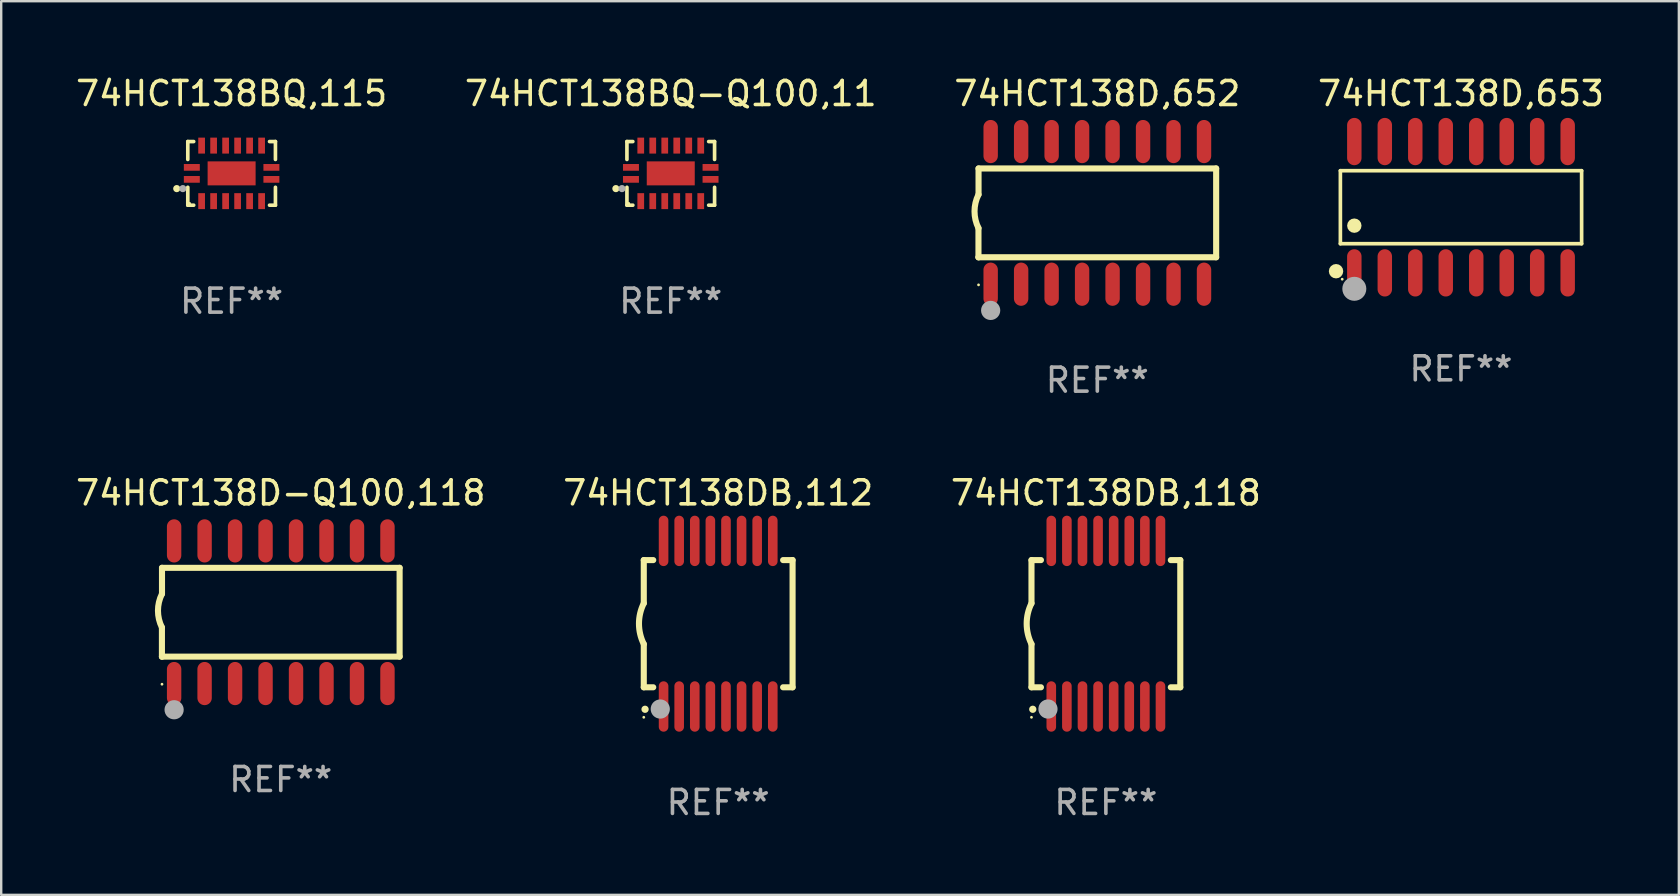
<source format=kicad_pcb>
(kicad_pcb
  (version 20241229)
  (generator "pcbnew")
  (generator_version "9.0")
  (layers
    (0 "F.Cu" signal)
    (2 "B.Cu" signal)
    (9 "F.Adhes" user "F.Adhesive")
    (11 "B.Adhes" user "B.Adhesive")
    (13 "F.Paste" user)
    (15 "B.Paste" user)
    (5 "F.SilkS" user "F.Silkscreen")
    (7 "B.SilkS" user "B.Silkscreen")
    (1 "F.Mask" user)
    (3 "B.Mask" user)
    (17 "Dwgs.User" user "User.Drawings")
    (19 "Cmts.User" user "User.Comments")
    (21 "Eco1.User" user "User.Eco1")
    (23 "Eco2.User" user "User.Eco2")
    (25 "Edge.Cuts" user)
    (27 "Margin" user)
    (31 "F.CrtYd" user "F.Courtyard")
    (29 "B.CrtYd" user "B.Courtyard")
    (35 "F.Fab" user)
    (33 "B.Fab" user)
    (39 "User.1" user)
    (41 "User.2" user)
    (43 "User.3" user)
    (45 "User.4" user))
  (footprint "74HCT138D-Q100,118"
    (layer "F.Cu")
    (at 8.649 22.46)
    (property "Reference" "74HCT138D-Q100,118" (at 0 -4.972 0) (layer "F.SilkS") (effects (font (size 1 1) (thickness 0.15))))
    (attr through_hole)
    (fp_line (start -4.952 0.635) (end -4.952 1.85) (stroke (width 0.254) (type solid)) (layer "F.SilkS"))
    (fp_line (start -4.952 1.85) (end -4.949 1.85) (stroke (width 0.254) (type solid)) (layer "F.SilkS"))
    (fp_line (start -4.949 -1.85) (end -4.949 -0.762) (stroke (width 0.254) (type solid)) (layer "F.SilkS"))
    (fp_line (start -4.949 1.85) (end 4.952 1.85) (stroke (width 0.254) (type solid)) (layer "F.SilkS"))
    (fp_line (start 4.952 -1.85) (end -4.949 -1.85) (stroke (width 0.254) (type solid)) (layer "F.SilkS"))
    (fp_line (start 4.952 1.85) (end 4.952 -1.85) (stroke (width 0.254) (type solid)) (layer "F.SilkS"))
    (fp_arc (start -4.951524 0.635001) (mid -5.116418 -0.0635) (end -4.951524 -0.762002) (stroke (width 0.254001) (type solid)) (layer "F.SilkS"))
    (fp_circle (center -4.949 3) (end -4.919 3) (stroke (width 0.06) (type solid)) (fill no) (layer "F.SilkS"))
    (fp_circle (center -4.444 4.064) (end -4.244 4.064) (stroke (width 0.4) (type solid)) (fill no) (layer "F.Fab"))
    (fp_text user "REF**" (at 0 6.972 0) (layer "F.Fab") (effects (font (size 1 1) (thickness 0.15))))
    (pad "1" smd oval (at -4.444 2.972 180) (size 0.6 1.8) (layers "F.Cu" "F.Mask" "F.Paste"))
    (pad "2" smd oval (at -3.174 2.972 180) (size 0.6 1.8) (layers "F.Cu" "F.Mask" "F.Paste"))
    (pad "3" smd oval (at -1.904 2.972 180) (size 0.6 1.8) (layers "F.Cu" "F.Mask" "F.Paste"))
    (pad "4" smd oval (at -0.634 2.972 180) (size 0.6 1.8) (layers "F.Cu" "F.Mask" "F.Paste"))
    (pad "5" smd oval (at 0.636 2.972 180) (size 0.6 1.8) (layers "F.Cu" "F.Mask" "F.Paste"))
    (pad "6" smd oval (at 1.906 2.972 180) (size 0.6 1.8) (layers "F.Cu" "F.Mask" "F.Paste"))
    (pad "7" smd oval (at 3.176 2.972 180) (size 0.6 1.8) (layers "F.Cu" "F.Mask" "F.Paste"))
    (pad "8" smd oval (at 4.446 2.972 180) (size 0.6 1.8) (layers "F.Cu" "F.Mask" "F.Paste"))
    (pad "9" smd oval (at 4.446 -2.972 180) (size 0.6 1.8) (layers "F.Cu" "F.Mask" "F.Paste"))
    (pad "10" smd oval (at 3.176 -2.972 180) (size 0.6 1.8) (layers "F.Cu" "F.Mask" "F.Paste"))
    (pad "11" smd oval (at 1.906 -2.972 180) (size 0.6 1.8) (layers "F.Cu" "F.Mask" "F.Paste"))
    (pad "12" smd oval (at 0.636 -2.972 180) (size 0.6 1.8) (layers "F.Cu" "F.Mask" "F.Paste"))
    (pad "13" smd oval (at -0.634 -2.972 180) (size 0.6 1.8) (layers "F.Cu" "F.Mask" "F.Paste"))
    (pad "14" smd oval (at -1.904 -2.972 180) (size 0.6 1.8) (layers "F.Cu" "F.Mask" "F.Paste"))
    (pad "15" smd oval (at -3.174 -2.972 180) (size 0.6 1.8) (layers "F.Cu" "F.Mask" "F.Paste"))
    (pad "16" smd oval (at -4.444 -2.972 180) (size 0.6 1.8) (layers "F.Cu" "F.Mask" "F.Paste")))
  (footprint "74HCT138DB,112"
    (layer "F.Cu")
    (at 26.875 22.938)
    (property "Reference" "74HCT138DB,112" (at 0 -5.45 0) (layer "F.SilkS") (effects (font (size 1 1) (thickness 0.15))))
    (attr through_hole)
    (fp_line (start -3.1 -2.65) (end -3.1 -0.85) (stroke (width 0.254) (type solid)) (layer "F.SilkS"))
    (fp_line (start -3.1 -2.65) (end -2.706 -2.65) (stroke (width 0.254) (type solid)) (layer "F.SilkS"))
    (fp_line (start -3.1 2.65) (end -3.1 0.85) (stroke (width 0.254) (type solid)) (layer "F.SilkS"))
    (fp_line (start -3.1 2.65) (end -2.706 2.65) (stroke (width 0.254) (type solid)) (layer "F.SilkS"))
    (fp_line (start 2.706 -2.65) (end 3.1 -2.65) (stroke (width 0.254) (type solid)) (layer "F.SilkS"))
    (fp_line (start 2.706 2.65) (end 3.1 2.65) (stroke (width 0.254) (type solid)) (layer "F.SilkS"))
    (fp_line (start 3.1 -2.65) (end 3.1 2.65) (stroke (width 0.254) (type solid)) (layer "F.SilkS"))
    (fp_arc (start -3.098907 0.850902) (mid -3.300057 0.000523) (end -3.1 -0.850114) (stroke (width 0.254001) (type solid)) (layer "F.SilkS"))
    (fp_arc (start -3.048006 3.566066) (mid -3.046736 3.566061) (end -3.045466 3.566066) (stroke (width 0.3) (type solid)) (layer "F.SilkS"))
    (fp_circle (center -3.1 3.9) (end -3.07 3.9) (stroke (width 0.06) (type solid)) (fill no) (layer "F.SilkS"))
    (fp_circle (center -2.413 3.556) (end -2.213 3.556) (stroke (width 0.4) (type solid)) (fill no) (layer "F.Fab"))
    (fp_text user "REF**" (at 0 7.45 0) (layer "F.Fab") (effects (font (size 1 1) (thickness 0.15))))
    (pad "1" smd oval (at -2.275 3.45 180) (size 0.4 2.1) (layers "F.Cu" "F.Mask" "F.Paste"))
    (pad "2" smd oval (at -1.625 3.45 180) (size 0.4 2.1) (layers "F.Cu" "F.Mask" "F.Paste"))
    (pad "3" smd oval (at -0.975 3.45 180) (size 0.4 2.1) (layers "F.Cu" "F.Mask" "F.Paste"))
    (pad "4" smd oval (at -0.325 3.45 180) (size 0.4 2.1) (layers "F.Cu" "F.Mask" "F.Paste"))
    (pad "5" smd oval (at 0.325 3.45 180) (size 0.4 2.1) (layers "F.Cu" "F.Mask" "F.Paste"))
    (pad "6" smd oval (at 0.975 3.45 180) (size 0.4 2.1) (layers "F.Cu" "F.Mask" "F.Paste"))
    (pad "7" smd oval (at 1.625 3.45 180) (size 0.4 2.1) (layers "F.Cu" "F.Mask" "F.Paste"))
    (pad "8" smd oval (at 2.275 3.45 180) (size 0.4 2.1) (layers "F.Cu" "F.Mask" "F.Paste"))
    (pad "9" smd oval (at 2.275 -3.45 180) (size 0.4 2.1) (layers "F.Cu" "F.Mask" "F.Paste"))
    (pad "10" smd oval (at 1.625 -3.45 180) (size 0.4 2.1) (layers "F.Cu" "F.Mask" "F.Paste"))
    (pad "11" smd oval (at 0.975 -3.45 180) (size 0.4 2.1) (layers "F.Cu" "F.Mask" "F.Paste"))
    (pad "12" smd oval (at 0.325 -3.45 180) (size 0.4 2.1) (layers "F.Cu" "F.Mask" "F.Paste"))
    (pad "13" smd oval (at -0.325 -3.45 180) (size 0.4 2.1) (layers "F.Cu" "F.Mask" "F.Paste"))
    (pad "14" smd oval (at -0.975 -3.45 180) (size 0.4 2.1) (layers "F.Cu" "F.Mask" "F.Paste"))
    (pad "15" smd oval (at -1.625 -3.45 180) (size 0.4 2.1) (layers "F.Cu" "F.Mask" "F.Paste"))
    (pad "16" smd oval (at -2.275 -3.45 180) (size 0.4 2.1) (layers "F.Cu" "F.Mask" "F.Paste")))
  (footprint "74HCT138D,653"
    (layer "F.Cu")
    (at 57.827 5.584)
    (property "Reference" "74HCT138D,653" (at 0 -4.736 0) (layer "F.SilkS") (effects (font (size 1 1) (thickness 0.15))))
    (attr through_hole)
    (fp_line (start -5.026 -1.521) (end 5.026 -1.521) (stroke (width 0.152) (type solid)) (layer "F.SilkS"))
    (fp_line (start -5.026 1.521) (end -5.026 -1.521) (stroke (width 0.152) (type solid)) (layer "F.SilkS"))
    (fp_line (start 5.026 -1.521) (end 5.026 1.521) (stroke (width 0.152) (type solid)) (layer "F.SilkS"))
    (fp_line (start 5.026 1.521) (end -5.026 1.521) (stroke (width 0.152) (type solid)) (layer "F.SilkS"))
    (fp_circle (center -5.207 2.667) (end -5.057 2.667) (stroke (width 0.3) (type solid)) (fill no) (layer "F.SilkS"))
    (fp_circle (center -4.95 3) (end -4.92 3) (stroke (width 0.06) (type solid)) (fill no) (layer "F.SilkS"))
    (fp_circle (center -4.445 0.769) (end -4.295 0.769) (stroke (width 0.3) (type solid)) (fill no) (layer "F.SilkS"))
    (fp_circle (center -4.445 3.4) (end -4.195 3.4) (stroke (width 0.5) (type solid)) (fill no) (layer "F.Fab"))
    (fp_text user "REF**" (at 0 6.736 0) (layer "F.Fab") (effects (font (size 1 1) (thickness 0.15))))
    (pad "1" smd oval (at -4.445 2.736) (size 0.602 1.971) (layers "F.Cu" "F.Mask" "F.Paste"))
    (pad "2" smd oval (at -3.175 2.736) (size 0.602 1.971) (layers "F.Cu" "F.Mask" "F.Paste"))
    (pad "3" smd oval (at -1.905 2.736) (size 0.602 1.971) (layers "F.Cu" "F.Mask" "F.Paste"))
    (pad "4" smd oval (at -0.635 2.736) (size 0.602 1.971) (layers "F.Cu" "F.Mask" "F.Paste"))
    (pad "5" smd oval (at 0.635 2.736) (size 0.602 1.971) (layers "F.Cu" "F.Mask" "F.Paste"))
    (pad "6" smd oval (at 1.905 2.736) (size 0.602 1.971) (layers "F.Cu" "F.Mask" "F.Paste"))
    (pad "7" smd oval (at 3.175 2.736) (size 0.602 1.971) (layers "F.Cu" "F.Mask" "F.Paste"))
    (pad "8" smd oval (at 4.445 2.736) (size 0.602 1.971) (layers "F.Cu" "F.Mask" "F.Paste"))
    (pad "9" smd oval (at 4.445 -2.736) (size 0.602 1.971) (layers "F.Cu" "F.Mask" "F.Paste"))
    (pad "10" smd oval (at 3.175 -2.736) (size 0.602 1.971) (layers "F.Cu" "F.Mask" "F.Paste"))
    (pad "11" smd oval (at 1.905 -2.736) (size 0.602 1.971) (layers "F.Cu" "F.Mask" "F.Paste"))
    (pad "12" smd oval (at 0.635 -2.736) (size 0.602 1.971) (layers "F.Cu" "F.Mask" "F.Paste"))
    (pad "13" smd oval (at -0.635 -2.736) (size 0.602 1.971) (layers "F.Cu" "F.Mask" "F.Paste"))
    (pad "14" smd oval (at -1.905 -2.736) (size 0.602 1.971) (layers "F.Cu" "F.Mask" "F.Paste"))
    (pad "15" smd oval (at -3.175 -2.736) (size 0.602 1.971) (layers "F.Cu" "F.Mask" "F.Paste"))
    (pad "16" smd oval (at -4.445 -2.736) (size 0.602 1.971) (layers "F.Cu" "F.Mask" "F.Paste")))
  (footprint "74HCT138DB,118"
    (layer "F.Cu")
    (at 43.03 22.938)
    (property "Reference" "74HCT138DB,118" (at 0 -5.45 0) (layer "F.SilkS") (effects (font (size 1 1) (thickness 0.15))))
    (attr through_hole)
    (fp_line (start -3.1 -2.65) (end -3.1 -0.85) (stroke (width 0.254) (type solid)) (layer "F.SilkS"))
    (fp_line (start -3.1 -2.65) (end -2.706 -2.65) (stroke (width 0.254) (type solid)) (layer "F.SilkS"))
    (fp_line (start -3.1 2.65) (end -3.1 0.85) (stroke (width 0.254) (type solid)) (layer "F.SilkS"))
    (fp_line (start -3.1 2.65) (end -2.706 2.65) (stroke (width 0.254) (type solid)) (layer "F.SilkS"))
    (fp_line (start 2.706 -2.65) (end 3.1 -2.65) (stroke (width 0.254) (type solid)) (layer "F.SilkS"))
    (fp_line (start 2.706 2.65) (end 3.1 2.65) (stroke (width 0.254) (type solid)) (layer "F.SilkS"))
    (fp_line (start 3.1 -2.65) (end 3.1 2.65) (stroke (width 0.254) (type solid)) (layer "F.SilkS"))
    (fp_arc (start -3.098907 0.850902) (mid -3.300057 0.000523) (end -3.1 -0.850114) (stroke (width 0.254001) (type solid)) (layer "F.SilkS"))
    (fp_arc (start -3.048006 3.566066) (mid -3.046736 3.566061) (end -3.045466 3.566066) (stroke (width 0.3) (type solid)) (layer "F.SilkS"))
    (fp_circle (center -3.1 3.9) (end -3.07 3.9) (stroke (width 0.06) (type solid)) (fill no) (layer "F.SilkS"))
    (fp_circle (center -2.413 3.556) (end -2.213 3.556) (stroke (width 0.4) (type solid)) (fill no) (layer "F.Fab"))
    (fp_text user "REF**" (at 0 7.45 0) (layer "F.Fab") (effects (font (size 1 1) (thickness 0.15))))
    (pad "1" smd oval (at -2.275 3.45 180) (size 0.4 2.1) (layers "F.Cu" "F.Mask" "F.Paste"))
    (pad "2" smd oval (at -1.625 3.45 180) (size 0.4 2.1) (layers "F.Cu" "F.Mask" "F.Paste"))
    (pad "3" smd oval (at -0.975 3.45 180) (size 0.4 2.1) (layers "F.Cu" "F.Mask" "F.Paste"))
    (pad "4" smd oval (at -0.325 3.45 180) (size 0.4 2.1) (layers "F.Cu" "F.Mask" "F.Paste"))
    (pad "5" smd oval (at 0.325 3.45 180) (size 0.4 2.1) (layers "F.Cu" "F.Mask" "F.Paste"))
    (pad "6" smd oval (at 0.975 3.45 180) (size 0.4 2.1) (layers "F.Cu" "F.Mask" "F.Paste"))
    (pad "7" smd oval (at 1.625 3.45 180) (size 0.4 2.1) (layers "F.Cu" "F.Mask" "F.Paste"))
    (pad "8" smd oval (at 2.275 3.45 180) (size 0.4 2.1) (layers "F.Cu" "F.Mask" "F.Paste"))
    (pad "9" smd oval (at 2.275 -3.45 180) (size 0.4 2.1) (layers "F.Cu" "F.Mask" "F.Paste"))
    (pad "10" smd oval (at 1.625 -3.45 180) (size 0.4 2.1) (layers "F.Cu" "F.Mask" "F.Paste"))
    (pad "11" smd oval (at 0.975 -3.45 180) (size 0.4 2.1) (layers "F.Cu" "F.Mask" "F.Paste"))
    (pad "12" smd oval (at 0.325 -3.45 180) (size 0.4 2.1) (layers "F.Cu" "F.Mask" "F.Paste"))
    (pad "13" smd oval (at -0.325 -3.45 180) (size 0.4 2.1) (layers "F.Cu" "F.Mask" "F.Paste"))
    (pad "14" smd oval (at -0.975 -3.45 180) (size 0.4 2.1) (layers "F.Cu" "F.Mask" "F.Paste"))
    (pad "15" smd oval (at -1.625 -3.45 180) (size 0.4 2.1) (layers "F.Cu" "F.Mask" "F.Paste"))
    (pad "16" smd oval (at -2.275 -3.45 180) (size 0.4 2.1) (layers "F.Cu" "F.Mask" "F.Paste")))
  (footprint "74HCT138BQ-Q100,11"
    (layer "F.Cu")
    (at 24.899 4.174)
    (property "Reference" "74HCT138BQ-Q100,11" (at 0 -3.326 0) (layer "F.SilkS") (effects (font (size 1 1) (thickness 0.15))))
    (attr through_hole)
    (fp_line (start -1.826 -1.326) (end -1.58 -1.326) (stroke (width 0.152) (type solid)) (layer "F.SilkS"))
    (fp_line (start -1.826 -0.58) (end -1.826 -1.326) (stroke (width 0.152) (type solid)) (layer "F.SilkS"))
    (fp_line (start -1.826 0.58) (end -1.826 1.326) (stroke (width 0.152) (type solid)) (layer "F.SilkS"))
    (fp_line (start -1.826 1.326) (end -1.58 1.326) (stroke (width 0.152) (type solid)) (layer "F.SilkS"))
    (fp_line (start 1.826 -1.326) (end 1.58 -1.326) (stroke (width 0.152) (type solid)) (layer "F.SilkS"))
    (fp_line (start 1.826 -0.58) (end 1.826 -1.326) (stroke (width 0.152) (type solid)) (layer "F.SilkS"))
    (fp_line (start 1.826 0.58) (end 1.826 1.326) (stroke (width 0.152) (type solid)) (layer "F.SilkS"))
    (fp_line (start 1.826 1.326) (end 1.58 1.326) (stroke (width 0.152) (type solid)) (layer "F.SilkS"))
    (fp_circle (center -2.286 0.635) (end -2.211 0.635) (stroke (width 0.15) (type solid)) (fill no) (layer "F.SilkS"))
    (fp_circle (center -1.75 1.25) (end -1.72 1.25) (stroke (width 0.06) (type solid)) (fill no) (layer "F.SilkS"))
    (fp_circle (center -2.032 0.635) (end -1.957 0.635) (stroke (width 0.15) (type solid)) (fill no) (layer "F.Fab"))
    (fp_text user "REF**" (at 0 5.326 0) (layer "F.Fab") (effects (font (size 1 1) (thickness 0.15))))
    (pad "1" smd rect (at -1.658 0.25) (size 0.665 0.28) (layers "F.Cu" "F.Mask" "F.Paste"))
    (pad "2" smd rect (at -1.25 1.157) (size 0.28 0.665) (layers "F.Cu" "F.Mask" "F.Paste"))
    (pad "3" smd rect (at -0.75 1.157) (size 0.28 0.665) (layers "F.Cu" "F.Mask" "F.Paste"))
    (pad "4" smd rect (at -0.25 1.157) (size 0.28 0.665) (layers "F.Cu" "F.Mask" "F.Paste"))
    (pad "5" smd rect (at 0.25 1.157) (size 0.28 0.665) (layers "F.Cu" "F.Mask" "F.Paste"))
    (pad "6" smd rect (at 0.75 1.157) (size 0.28 0.665) (layers "F.Cu" "F.Mask" "F.Paste"))
    (pad "7" smd rect (at 1.25 1.157) (size 0.28 0.665) (layers "F.Cu" "F.Mask" "F.Paste"))
    (pad "8" smd rect (at 1.658 0.25) (size 0.665 0.28) (layers "F.Cu" "F.Mask" "F.Paste"))
    (pad "9" smd rect (at 1.658 -0.25) (size 0.665 0.28) (layers "F.Cu" "F.Mask" "F.Paste"))
    (pad "10" smd rect (at 1.25 -1.157) (size 0.28 0.665) (layers "F.Cu" "F.Mask" "F.Paste"))
    (pad "11" smd rect (at 0.75 -1.157) (size 0.28 0.665) (layers "F.Cu" "F.Mask" "F.Paste"))
    (pad "12" smd rect (at 0.25 -1.157) (size 0.28 0.665) (layers "F.Cu" "F.Mask" "F.Paste"))
    (pad "13" smd rect (at -0.25 -1.157) (size 0.28 0.665) (layers "F.Cu" "F.Mask" "F.Paste"))
    (pad "14" smd rect (at -0.75 -1.157) (size 0.28 0.665) (layers "F.Cu" "F.Mask" "F.Paste"))
    (pad "15" smd rect (at -1.25 -1.157) (size 0.28 0.665) (layers "F.Cu" "F.Mask" "F.Paste"))
    (pad "16" smd rect (at -1.658 -0.25) (size 0.665 0.28) (layers "F.Cu" "F.Mask" "F.Paste"))
    (pad "17" smd rect (at 0 0) (size 2 1) (layers "F.Cu" "F.Mask" "F.Paste")))
  (footprint "74HCT138BQ,115"
    (layer "F.Cu")
    (at 6.601 4.174)
    (property "Reference" "74HCT138BQ,115" (at 0 -3.326 0) (layer "F.SilkS") (effects (font (size 1 1) (thickness 0.15))))
    (attr through_hole)
    (fp_line (start -1.826 -1.326) (end -1.58 -1.326) (stroke (width 0.152) (type solid)) (layer "F.SilkS"))
    (fp_line (start -1.826 -0.58) (end -1.826 -1.326) (stroke (width 0.152) (type solid)) (layer "F.SilkS"))
    (fp_line (start -1.826 0.58) (end -1.826 1.326) (stroke (width 0.152) (type solid)) (layer "F.SilkS"))
    (fp_line (start -1.826 1.326) (end -1.58 1.326) (stroke (width 0.152) (type solid)) (layer "F.SilkS"))
    (fp_line (start 1.826 -1.326) (end 1.58 -1.326) (stroke (width 0.152) (type solid)) (layer "F.SilkS"))
    (fp_line (start 1.826 -0.58) (end 1.826 -1.326) (stroke (width 0.152) (type solid)) (layer "F.SilkS"))
    (fp_line (start 1.826 0.58) (end 1.826 1.326) (stroke (width 0.152) (type solid)) (layer "F.SilkS"))
    (fp_line (start 1.826 1.326) (end 1.58 1.326) (stroke (width 0.152) (type solid)) (layer "F.SilkS"))
    (fp_circle (center -2.286 0.635) (end -2.211 0.635) (stroke (width 0.15) (type solid)) (fill no) (layer "F.SilkS"))
    (fp_circle (center -1.75 1.25) (end -1.72 1.25) (stroke (width 0.06) (type solid)) (fill no) (layer "F.SilkS"))
    (fp_circle (center -2.032 0.635) (end -1.957 0.635) (stroke (width 0.15) (type solid)) (fill no) (layer "F.Fab"))
    (fp_text user "REF**" (at 0 5.326 0) (layer "F.Fab") (effects (font (size 1 1) (thickness 0.15))))
    (pad "1" smd rect (at -1.658 0.25) (size 0.665 0.28) (layers "F.Cu" "F.Mask" "F.Paste"))
    (pad "2" smd rect (at -1.25 1.157) (size 0.28 0.665) (layers "F.Cu" "F.Mask" "F.Paste"))
    (pad "3" smd rect (at -0.75 1.157) (size 0.28 0.665) (layers "F.Cu" "F.Mask" "F.Paste"))
    (pad "4" smd rect (at -0.25 1.157) (size 0.28 0.665) (layers "F.Cu" "F.Mask" "F.Paste"))
    (pad "5" smd rect (at 0.25 1.157) (size 0.28 0.665) (layers "F.Cu" "F.Mask" "F.Paste"))
    (pad "6" smd rect (at 0.75 1.157) (size 0.28 0.665) (layers "F.Cu" "F.Mask" "F.Paste"))
    (pad "7" smd rect (at 1.25 1.157) (size 0.28 0.665) (layers "F.Cu" "F.Mask" "F.Paste"))
    (pad "8" smd rect (at 1.658 0.25) (size 0.665 0.28) (layers "F.Cu" "F.Mask" "F.Paste"))
    (pad "9" smd rect (at 1.658 -0.25) (size 0.665 0.28) (layers "F.Cu" "F.Mask" "F.Paste"))
    (pad "10" smd rect (at 1.25 -1.157) (size 0.28 0.665) (layers "F.Cu" "F.Mask" "F.Paste"))
    (pad "11" smd rect (at 0.75 -1.157) (size 0.28 0.665) (layers "F.Cu" "F.Mask" "F.Paste"))
    (pad "12" smd rect (at 0.25 -1.157) (size 0.28 0.665) (layers "F.Cu" "F.Mask" "F.Paste"))
    (pad "13" smd rect (at -0.25 -1.157) (size 0.28 0.665) (layers "F.Cu" "F.Mask" "F.Paste"))
    (pad "14" smd rect (at -0.75 -1.157) (size 0.28 0.665) (layers "F.Cu" "F.Mask" "F.Paste"))
    (pad "15" smd rect (at -1.25 -1.157) (size 0.28 0.665) (layers "F.Cu" "F.Mask" "F.Paste"))
    (pad "16" smd rect (at -1.658 -0.25) (size 0.665 0.28) (layers "F.Cu" "F.Mask" "F.Paste"))
    (pad "17" smd rect (at 0 0) (size 2 1) (layers "F.Cu" "F.Mask" "F.Paste")))
  (footprint "74HCT138D,652"
    (layer "F.Cu")
    (at 42.673 5.82)
    (property "Reference" "74HCT138D,652" (at 0 -4.972 0) (layer "F.SilkS") (effects (font (size 1 1) (thickness 0.15))))
    (attr through_hole)
    (fp_line (start -4.952 0.635) (end -4.952 1.85) (stroke (width 0.254) (type solid)) (layer "F.SilkS"))
    (fp_line (start -4.952 1.85) (end -4.949 1.85) (stroke (width 0.254) (type solid)) (layer "F.SilkS"))
    (fp_line (start -4.949 -1.85) (end -4.949 -0.762) (stroke (width 0.254) (type solid)) (layer "F.SilkS"))
    (fp_line (start -4.949 1.85) (end 4.952 1.85) (stroke (width 0.254) (type solid)) (layer "F.SilkS"))
    (fp_line (start 4.952 -1.85) (end -4.949 -1.85) (stroke (width 0.254) (type solid)) (layer "F.SilkS"))
    (fp_line (start 4.952 1.85) (end 4.952 -1.85) (stroke (width 0.254) (type solid)) (layer "F.SilkS"))
    (fp_arc (start -4.951524 0.635001) (mid -5.116418 -0.0635) (end -4.951524 -0.762002) (stroke (width 0.254001) (type solid)) (layer "F.SilkS"))
    (fp_circle (center -4.949 3) (end -4.919 3) (stroke (width 0.06) (type solid)) (fill no) (layer "F.SilkS"))
    (fp_circle (center -4.444 4.064) (end -4.244 4.064) (stroke (width 0.4) (type solid)) (fill no) (layer "F.Fab"))
    (fp_text user "REF**" (at 0 6.972 0) (layer "F.Fab") (effects (font (size 1 1) (thickness 0.15))))
    (pad "1" smd oval (at -4.444 2.972 180) (size 0.6 1.8) (layers "F.Cu" "F.Mask" "F.Paste"))
    (pad "2" smd oval (at -3.174 2.972 180) (size 0.6 1.8) (layers "F.Cu" "F.Mask" "F.Paste"))
    (pad "3" smd oval (at -1.904 2.972 180) (size 0.6 1.8) (layers "F.Cu" "F.Mask" "F.Paste"))
    (pad "4" smd oval (at -0.634 2.972 180) (size 0.6 1.8) (layers "F.Cu" "F.Mask" "F.Paste"))
    (pad "5" smd oval (at 0.636 2.972 180) (size 0.6 1.8) (layers "F.Cu" "F.Mask" "F.Paste"))
    (pad "6" smd oval (at 1.906 2.972 180) (size 0.6 1.8) (layers "F.Cu" "F.Mask" "F.Paste"))
    (pad "7" smd oval (at 3.176 2.972 180) (size 0.6 1.8) (layers "F.Cu" "F.Mask" "F.Paste"))
    (pad "8" smd oval (at 4.446 2.972 180) (size 0.6 1.8) (layers "F.Cu" "F.Mask" "F.Paste"))
    (pad "9" smd oval (at 4.446 -2.972 180) (size 0.6 1.8) (layers "F.Cu" "F.Mask" "F.Paste"))
    (pad "10" smd oval (at 3.176 -2.972 180) (size 0.6 1.8) (layers "F.Cu" "F.Mask" "F.Paste"))
    (pad "11" smd oval (at 1.906 -2.972 180) (size 0.6 1.8) (layers "F.Cu" "F.Mask" "F.Paste"))
    (pad "12" smd oval (at 0.636 -2.972 180) (size 0.6 1.8) (layers "F.Cu" "F.Mask" "F.Paste"))
    (pad "13" smd oval (at -0.634 -2.972 180) (size 0.6 1.8) (layers "F.Cu" "F.Mask" "F.Paste"))
    (pad "14" smd oval (at -1.904 -2.972 180) (size 0.6 1.8) (layers "F.Cu" "F.Mask" "F.Paste"))
    (pad "15" smd oval (at -3.174 -2.972 180) (size 0.6 1.8) (layers "F.Cu" "F.Mask" "F.Paste"))
    (pad "16" smd oval (at -4.444 -2.972 180) (size 0.6 1.8) (layers "F.Cu" "F.Mask" "F.Paste")))
  (gr_rect
    (start -3 -3)
    (end 66.905 34.237)
    (stroke (width 0.1) (type default))
    (fill no)
    (layer "Edge.Cuts")))
</source>
